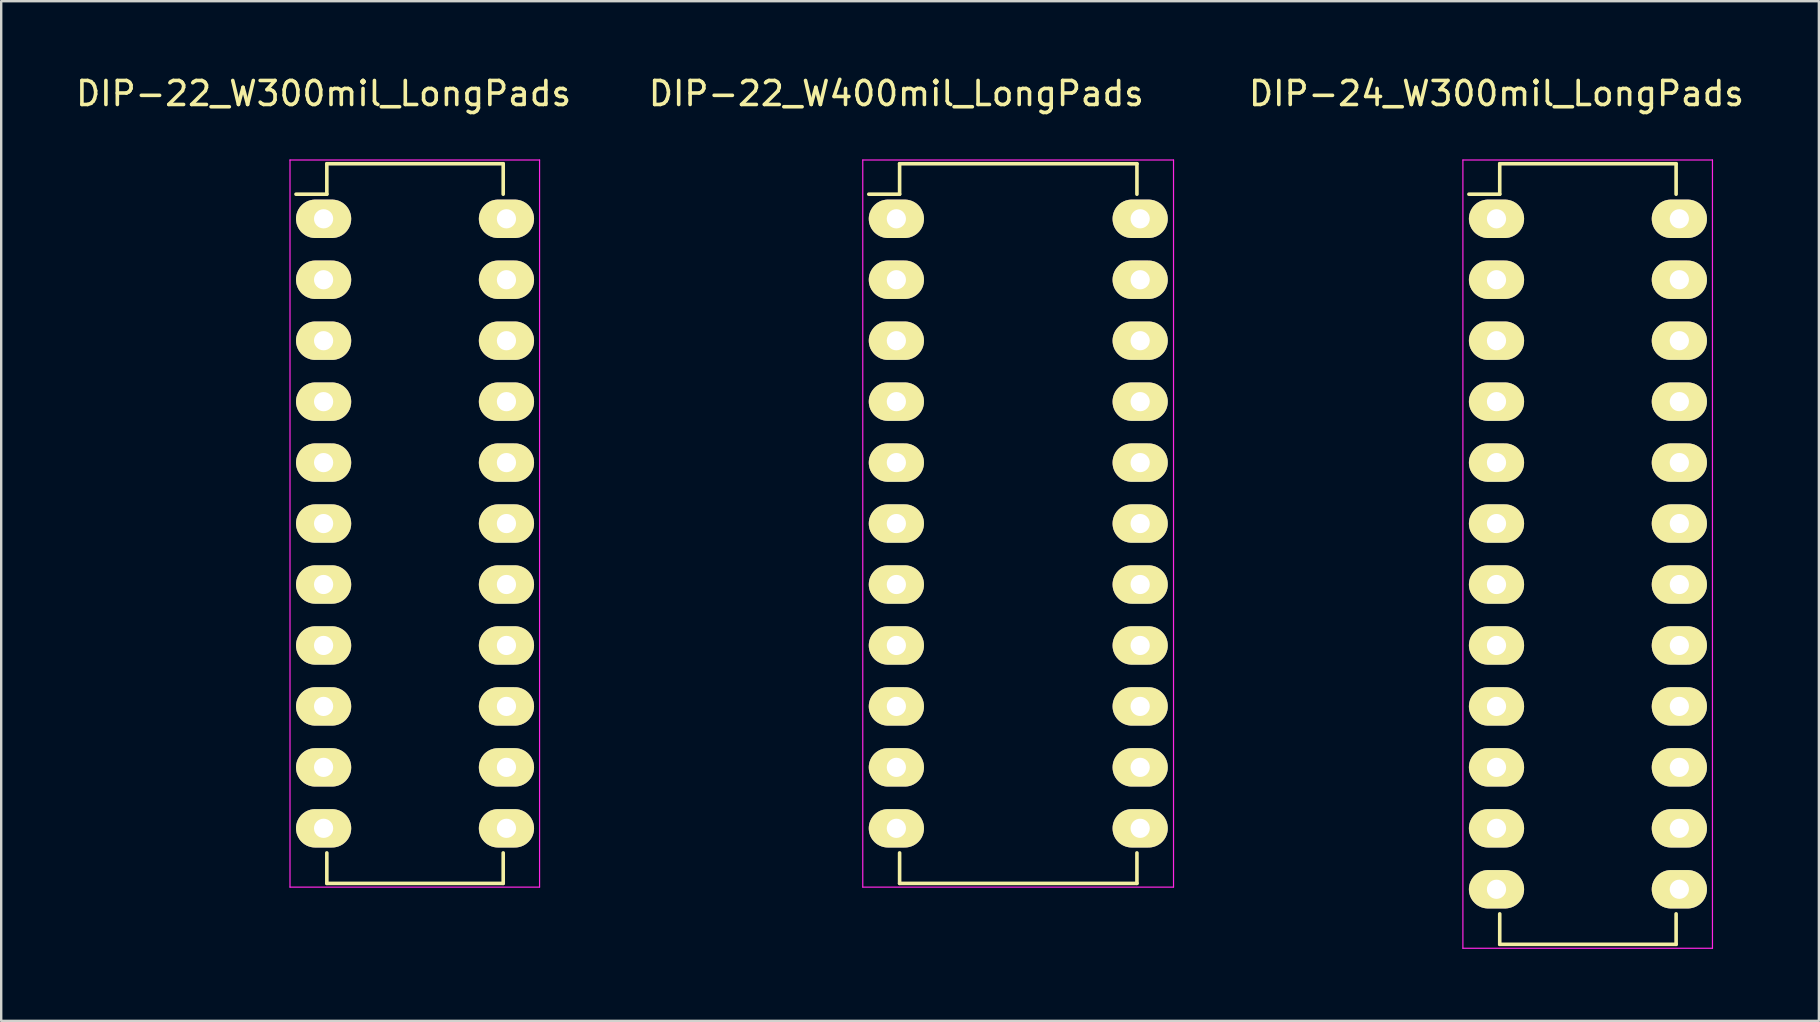
<source format=kicad_pcb>
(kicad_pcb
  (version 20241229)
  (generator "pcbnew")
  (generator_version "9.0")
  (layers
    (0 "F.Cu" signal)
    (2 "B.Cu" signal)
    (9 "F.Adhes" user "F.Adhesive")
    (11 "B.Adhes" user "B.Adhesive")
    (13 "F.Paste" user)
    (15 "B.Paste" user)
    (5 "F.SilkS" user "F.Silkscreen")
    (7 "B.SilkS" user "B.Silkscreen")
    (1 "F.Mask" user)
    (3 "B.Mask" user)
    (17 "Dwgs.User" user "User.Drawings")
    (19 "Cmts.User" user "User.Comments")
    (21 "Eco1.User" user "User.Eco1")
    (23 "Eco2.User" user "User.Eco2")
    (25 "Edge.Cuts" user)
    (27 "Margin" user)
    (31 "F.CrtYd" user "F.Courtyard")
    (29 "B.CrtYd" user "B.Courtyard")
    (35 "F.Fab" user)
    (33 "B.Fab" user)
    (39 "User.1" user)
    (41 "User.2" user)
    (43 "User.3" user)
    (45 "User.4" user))
  (footprint "DIP-24_W300mil_LongPads"
    (layer "F.Cu")
    (at 59.313 6.068)
    (property "Reference" "DIP-24_W300mil_LongPads" (at 0 -5.22 0) (layer "F.SilkS") (effects (font (size 1 1) (thickness 0.15))))
    (attr through_hole)
    (fp_line (start 0.135 -2.295) (end 0.135 -1.025) (stroke (width 0.15) (type solid)) (layer "F.SilkS"))
    (fp_line (start 0.135 -2.295) (end 7.485 -2.295) (stroke (width 0.15) (type solid)) (layer "F.SilkS"))
    (fp_line (start 0.135 -1.025) (end -1.15 -1.025) (stroke (width 0.15) (type solid)) (layer "F.SilkS"))
    (fp_line (start 0.135 30.235) (end 0.135 28.965) (stroke (width 0.15) (type solid)) (layer "F.SilkS"))
    (fp_line (start 0.135 30.235) (end 7.485 30.235) (stroke (width 0.15) (type solid)) (layer "F.SilkS"))
    (fp_line (start 7.485 -2.295) (end 7.485 -1.025) (stroke (width 0.15) (type solid)) (layer "F.SilkS"))
    (fp_line (start 7.485 30.235) (end 7.485 28.965) (stroke (width 0.15) (type solid)) (layer "F.SilkS"))
    (fp_line (start -1.4 -2.45) (end -1.4 30.4) (stroke (width 0.05) (type solid)) (layer "F.CrtYd"))
    (fp_line (start -1.4 -2.45) (end 9 -2.45) (stroke (width 0.05) (type solid)) (layer "F.CrtYd"))
    (fp_line (start -1.4 30.4) (end 9 30.4) (stroke (width 0.05) (type solid)) (layer "F.CrtYd"))
    (fp_line (start 9 -2.45) (end 9 30.4) (stroke (width 0.05) (type solid)) (layer "F.CrtYd"))
    (pad "1" thru_hole oval (at 0 0) (size 2.3 1.6) (drill 0.8) (layers "*.Cu" "*.Mask" "F.SilkS"))
    (pad "2" thru_hole oval (at 0 2.54) (size 2.3 1.6) (drill 0.8) (layers "*.Cu" "*.Mask" "F.SilkS"))
    (pad "3" thru_hole oval (at 0 5.08) (size 2.3 1.6) (drill 0.8) (layers "*.Cu" "*.Mask" "F.SilkS"))
    (pad "4" thru_hole oval (at 0 7.62) (size 2.3 1.6) (drill 0.8) (layers "*.Cu" "*.Mask" "F.SilkS"))
    (pad "5" thru_hole oval (at 0 10.16) (size 2.3 1.6) (drill 0.8) (layers "*.Cu" "*.Mask" "F.SilkS"))
    (pad "6" thru_hole oval (at 0 12.7) (size 2.3 1.6) (drill 0.8) (layers "*.Cu" "*.Mask" "F.SilkS"))
    (pad "7" thru_hole oval (at 0 15.24) (size 2.3 1.6) (drill 0.8) (layers "*.Cu" "*.Mask" "F.SilkS"))
    (pad "8" thru_hole oval (at 0 17.78) (size 2.3 1.6) (drill 0.8) (layers "*.Cu" "*.Mask" "F.SilkS"))
    (pad "9" thru_hole oval (at 0 20.32) (size 2.3 1.6) (drill 0.8) (layers "*.Cu" "*.Mask" "F.SilkS"))
    (pad "10" thru_hole oval (at 0 22.86) (size 2.3 1.6) (drill 0.8) (layers "*.Cu" "*.Mask" "F.SilkS"))
    (pad "11" thru_hole oval (at 0 25.4) (size 2.3 1.6) (drill 0.8) (layers "*.Cu" "*.Mask" "F.SilkS"))
    (pad "12" thru_hole oval (at 0 27.94) (size 2.3 1.6) (drill 0.8) (layers "*.Cu" "*.Mask" "F.SilkS"))
    (pad "13" thru_hole oval (at 7.62 27.94) (size 2.3 1.6) (drill 0.8) (layers "*.Cu" "*.Mask" "F.SilkS"))
    (pad "14" thru_hole oval (at 7.62 25.4) (size 2.3 1.6) (drill 0.8) (layers "*.Cu" "*.Mask" "F.SilkS"))
    (pad "15" thru_hole oval (at 7.62 22.86) (size 2.3 1.6) (drill 0.8) (layers "*.Cu" "*.Mask" "F.SilkS"))
    (pad "16" thru_hole oval (at 7.62 20.32) (size 2.3 1.6) (drill 0.8) (layers "*.Cu" "*.Mask" "F.SilkS"))
    (pad "17" thru_hole oval (at 7.62 17.78) (size 2.3 1.6) (drill 0.8) (layers "*.Cu" "*.Mask" "F.SilkS"))
    (pad "18" thru_hole oval (at 7.62 15.24) (size 2.3 1.6) (drill 0.8) (layers "*.Cu" "*.Mask" "F.SilkS"))
    (pad "19" thru_hole oval (at 7.62 12.7) (size 2.3 1.6) (drill 0.8) (layers "*.Cu" "*.Mask" "F.SilkS"))
    (pad "20" thru_hole oval (at 7.62 10.16) (size 2.3 1.6) (drill 0.8) (layers "*.Cu" "*.Mask" "F.SilkS"))
    (pad "21" thru_hole oval (at 7.62 7.62) (size 2.3 1.6) (drill 0.8) (layers "*.Cu" "*.Mask" "F.SilkS"))
    (pad "22" thru_hole oval (at 7.62 5.08) (size 2.3 1.6) (drill 0.8) (layers "*.Cu" "*.Mask" "F.SilkS"))
    (pad "23" thru_hole oval (at 7.62 2.54) (size 2.3 1.6) (drill 0.8) (layers "*.Cu" "*.Mask" "F.SilkS"))
    (pad "24" thru_hole oval (at 7.62 0) (size 2.3 1.6) (drill 0.8) (layers "*.Cu" "*.Mask" "F.SilkS")))
  (footprint "DIP-22_W400mil_LongPads"
    (layer "F.Cu")
    (at 34.304 6.068)
    (property "Reference" "DIP-22_W400mil_LongPads" (at 0 -5.22 0) (layer "F.SilkS") (effects (font (size 1 1) (thickness 0.15))))
    (attr through_hole)
    (fp_line (start 0.135 -2.295) (end 0.135 -1.025) (stroke (width 0.15) (type solid)) (layer "F.SilkS"))
    (fp_line (start 0.135 -2.295) (end 10.025 -2.295) (stroke (width 0.15) (type solid)) (layer "F.SilkS"))
    (fp_line (start 0.135 -1.025) (end -1.15 -1.025) (stroke (width 0.15) (type solid)) (layer "F.SilkS"))
    (fp_line (start 0.135 27.695) (end 0.135 26.425) (stroke (width 0.15) (type solid)) (layer "F.SilkS"))
    (fp_line (start 0.135 27.695) (end 10.025 27.695) (stroke (width 0.15) (type solid)) (layer "F.SilkS"))
    (fp_line (start 10.025 -2.295) (end 10.025 -1.025) (stroke (width 0.15) (type solid)) (layer "F.SilkS"))
    (fp_line (start 10.025 27.695) (end 10.025 26.425) (stroke (width 0.15) (type solid)) (layer "F.SilkS"))
    (fp_line (start -1.4 -2.45) (end -1.4 27.85) (stroke (width 0.05) (type solid)) (layer "F.CrtYd"))
    (fp_line (start -1.4 -2.45) (end 11.55 -2.45) (stroke (width 0.05) (type solid)) (layer "F.CrtYd"))
    (fp_line (start -1.4 27.85) (end 11.55 27.85) (stroke (width 0.05) (type solid)) (layer "F.CrtYd"))
    (fp_line (start 11.55 -2.45) (end 11.55 27.85) (stroke (width 0.05) (type solid)) (layer "F.CrtYd"))
    (pad "1" thru_hole oval (at 0 0) (size 2.3 1.6) (drill 0.8) (layers "*.Cu" "*.Mask" "F.SilkS"))
    (pad "2" thru_hole oval (at 0 2.54) (size 2.3 1.6) (drill 0.8) (layers "*.Cu" "*.Mask" "F.SilkS"))
    (pad "3" thru_hole oval (at 0 5.08) (size 2.3 1.6) (drill 0.8) (layers "*.Cu" "*.Mask" "F.SilkS"))
    (pad "4" thru_hole oval (at 0 7.62) (size 2.3 1.6) (drill 0.8) (layers "*.Cu" "*.Mask" "F.SilkS"))
    (pad "5" thru_hole oval (at 0 10.16) (size 2.3 1.6) (drill 0.8) (layers "*.Cu" "*.Mask" "F.SilkS"))
    (pad "6" thru_hole oval (at 0 12.7) (size 2.3 1.6) (drill 0.8) (layers "*.Cu" "*.Mask" "F.SilkS"))
    (pad "7" thru_hole oval (at 0 15.24) (size 2.3 1.6) (drill 0.8) (layers "*.Cu" "*.Mask" "F.SilkS"))
    (pad "8" thru_hole oval (at 0 17.78) (size 2.3 1.6) (drill 0.8) (layers "*.Cu" "*.Mask" "F.SilkS"))
    (pad "9" thru_hole oval (at 0 20.32) (size 2.3 1.6) (drill 0.8) (layers "*.Cu" "*.Mask" "F.SilkS"))
    (pad "10" thru_hole oval (at 0 22.86) (size 2.3 1.6) (drill 0.8) (layers "*.Cu" "*.Mask" "F.SilkS"))
    (pad "11" thru_hole oval (at 0 25.4) (size 2.3 1.6) (drill 0.8) (layers "*.Cu" "*.Mask" "F.SilkS"))
    (pad "12" thru_hole oval (at 10.16 25.4) (size 2.3 1.6) (drill 0.8) (layers "*.Cu" "*.Mask" "F.SilkS"))
    (pad "13" thru_hole oval (at 10.16 22.86) (size 2.3 1.6) (drill 0.8) (layers "*.Cu" "*.Mask" "F.SilkS"))
    (pad "14" thru_hole oval (at 10.16 20.32) (size 2.3 1.6) (drill 0.8) (layers "*.Cu" "*.Mask" "F.SilkS"))
    (pad "15" thru_hole oval (at 10.16 17.78) (size 2.3 1.6) (drill 0.8) (layers "*.Cu" "*.Mask" "F.SilkS"))
    (pad "16" thru_hole oval (at 10.16 15.24) (size 2.3 1.6) (drill 0.8) (layers "*.Cu" "*.Mask" "F.SilkS"))
    (pad "17" thru_hole oval (at 10.16 12.7) (size 2.3 1.6) (drill 0.8) (layers "*.Cu" "*.Mask" "F.SilkS"))
    (pad "18" thru_hole oval (at 10.16 10.16) (size 2.3 1.6) (drill 0.8) (layers "*.Cu" "*.Mask" "F.SilkS"))
    (pad "19" thru_hole oval (at 10.16 7.62) (size 2.3 1.6) (drill 0.8) (layers "*.Cu" "*.Mask" "F.SilkS"))
    (pad "20" thru_hole oval (at 10.16 5.08) (size 2.3 1.6) (drill 0.8) (layers "*.Cu" "*.Mask" "F.SilkS"))
    (pad "21" thru_hole oval (at 10.16 2.54) (size 2.3 1.6) (drill 0.8) (layers "*.Cu" "*.Mask" "F.SilkS"))
    (pad "22" thru_hole oval (at 10.16 0) (size 2.3 1.6) (drill 0.8) (layers "*.Cu" "*.Mask" "F.SilkS")))
  (footprint "DIP-22_W300mil_LongPads"
    (layer "F.Cu")
    (at 10.435 6.068)
    (property "Reference" "DIP-22_W300mil_LongPads" (at 0 -5.22 0) (layer "F.SilkS") (effects (font (size 1 1) (thickness 0.15))))
    (attr through_hole)
    (fp_line (start 0.135 -2.295) (end 0.135 -1.025) (stroke (width 0.15) (type solid)) (layer "F.SilkS"))
    (fp_line (start 0.135 -2.295) (end 7.485 -2.295) (stroke (width 0.15) (type solid)) (layer "F.SilkS"))
    (fp_line (start 0.135 -1.025) (end -1.15 -1.025) (stroke (width 0.15) (type solid)) (layer "F.SilkS"))
    (fp_line (start 0.135 27.695) (end 0.135 26.425) (stroke (width 0.15) (type solid)) (layer "F.SilkS"))
    (fp_line (start 0.135 27.695) (end 7.485 27.695) (stroke (width 0.15) (type solid)) (layer "F.SilkS"))
    (fp_line (start 7.485 -2.295) (end 7.485 -1.025) (stroke (width 0.15) (type solid)) (layer "F.SilkS"))
    (fp_line (start 7.485 27.695) (end 7.485 26.425) (stroke (width 0.15) (type solid)) (layer "F.SilkS"))
    (fp_line (start -1.4 -2.45) (end -1.4 27.85) (stroke (width 0.05) (type solid)) (layer "F.CrtYd"))
    (fp_line (start -1.4 -2.45) (end 9 -2.45) (stroke (width 0.05) (type solid)) (layer "F.CrtYd"))
    (fp_line (start -1.4 27.85) (end 9 27.85) (stroke (width 0.05) (type solid)) (layer "F.CrtYd"))
    (fp_line (start 9 -2.45) (end 9 27.85) (stroke (width 0.05) (type solid)) (layer "F.CrtYd"))
    (pad "1" thru_hole oval (at 0 0) (size 2.3 1.6) (drill 0.8) (layers "*.Cu" "*.Mask" "F.SilkS"))
    (pad "2" thru_hole oval (at 0 2.54) (size 2.3 1.6) (drill 0.8) (layers "*.Cu" "*.Mask" "F.SilkS"))
    (pad "3" thru_hole oval (at 0 5.08) (size 2.3 1.6) (drill 0.8) (layers "*.Cu" "*.Mask" "F.SilkS"))
    (pad "4" thru_hole oval (at 0 7.62) (size 2.3 1.6) (drill 0.8) (layers "*.Cu" "*.Mask" "F.SilkS"))
    (pad "5" thru_hole oval (at 0 10.16) (size 2.3 1.6) (drill 0.8) (layers "*.Cu" "*.Mask" "F.SilkS"))
    (pad "6" thru_hole oval (at 0 12.7) (size 2.3 1.6) (drill 0.8) (layers "*.Cu" "*.Mask" "F.SilkS"))
    (pad "7" thru_hole oval (at 0 15.24) (size 2.3 1.6) (drill 0.8) (layers "*.Cu" "*.Mask" "F.SilkS"))
    (pad "8" thru_hole oval (at 0 17.78) (size 2.3 1.6) (drill 0.8) (layers "*.Cu" "*.Mask" "F.SilkS"))
    (pad "9" thru_hole oval (at 0 20.32) (size 2.3 1.6) (drill 0.8) (layers "*.Cu" "*.Mask" "F.SilkS"))
    (pad "10" thru_hole oval (at 0 22.86) (size 2.3 1.6) (drill 0.8) (layers "*.Cu" "*.Mask" "F.SilkS"))
    (pad "11" thru_hole oval (at 0 25.4) (size 2.3 1.6) (drill 0.8) (layers "*.Cu" "*.Mask" "F.SilkS"))
    (pad "12" thru_hole oval (at 7.62 25.4) (size 2.3 1.6) (drill 0.8) (layers "*.Cu" "*.Mask" "F.SilkS"))
    (pad "13" thru_hole oval (at 7.62 22.86) (size 2.3 1.6) (drill 0.8) (layers "*.Cu" "*.Mask" "F.SilkS"))
    (pad "14" thru_hole oval (at 7.62 20.32) (size 2.3 1.6) (drill 0.8) (layers "*.Cu" "*.Mask" "F.SilkS"))
    (pad "15" thru_hole oval (at 7.62 17.78) (size 2.3 1.6) (drill 0.8) (layers "*.Cu" "*.Mask" "F.SilkS"))
    (pad "16" thru_hole oval (at 7.62 15.24) (size 2.3 1.6) (drill 0.8) (layers "*.Cu" "*.Mask" "F.SilkS"))
    (pad "17" thru_hole oval (at 7.62 12.7) (size 2.3 1.6) (drill 0.8) (layers "*.Cu" "*.Mask" "F.SilkS"))
    (pad "18" thru_hole oval (at 7.62 10.16) (size 2.3 1.6) (drill 0.8) (layers "*.Cu" "*.Mask" "F.SilkS"))
    (pad "19" thru_hole oval (at 7.62 7.62) (size 2.3 1.6) (drill 0.8) (layers "*.Cu" "*.Mask" "F.SilkS"))
    (pad "20" thru_hole oval (at 7.62 5.08) (size 2.3 1.6) (drill 0.8) (layers "*.Cu" "*.Mask" "F.SilkS"))
    (pad "21" thru_hole oval (at 7.62 2.54) (size 2.3 1.6) (drill 0.8) (layers "*.Cu" "*.Mask" "F.SilkS"))
    (pad "22" thru_hole oval (at 7.62 0) (size 2.3 1.6) (drill 0.8) (layers "*.Cu" "*.Mask" "F.SilkS")))
  (gr_rect
    (start -3 -3)
    (end 72.748 39.493)
    (stroke (width 0.1) (type default))
    (fill no)
    (layer "Edge.Cuts")))
</source>
